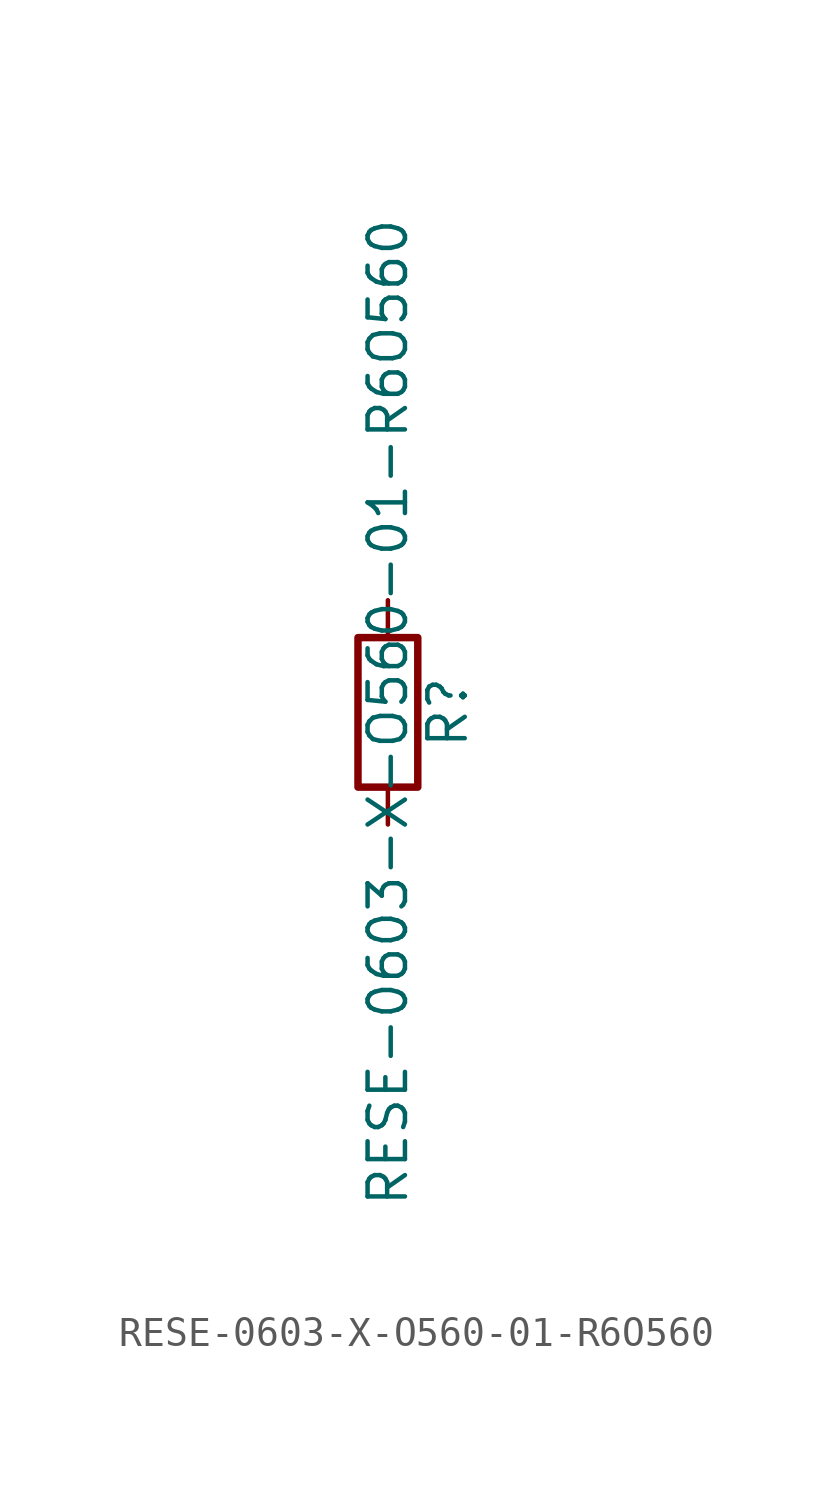
<source format=kicad_sym>
(kicad_symbol_lib
  (version 20211014)
  (generator kicad_symbol_editor)
  (symbol "RESE-0603-X-O560-01-R6O560"
    (pin_numbers hide)
    (pin_names
      (offset 0))
    (property "Reference" "R"
      (at 2.032 0 90)
      (effects (font (size 1.27 1.27))))
    (property "Value" "RESE-0603-X-O560-01-R6O560"
      (at 0 0 90)
      (effects (font (size 1.27 1.27))))
    (symbol "RESE-0603-X-O560-01-R6O560_0_1"
      (rectangle (start -1.016 -2.54) (end 1.016 2.54) (stroke (width 0.254) (type default) (color 0 0 0 0)) (fill (type none))))
    (symbol "RESE-0603-X-O560-01-R6O560_1_1"
      (pin passive line (at 0 3.81 270) (length 1.27) (name "~" (effects (font (size 1.27 1.27)))) (number "1" (effects (font (size 1.27 1.27)))))
      (pin passive line (at 0 -3.81 90) (length 1.27) (name "~" (effects (font (size 1.27 1.27)))) (number "2" (effects (font (size 1.27 1.27))))))))
</source>
